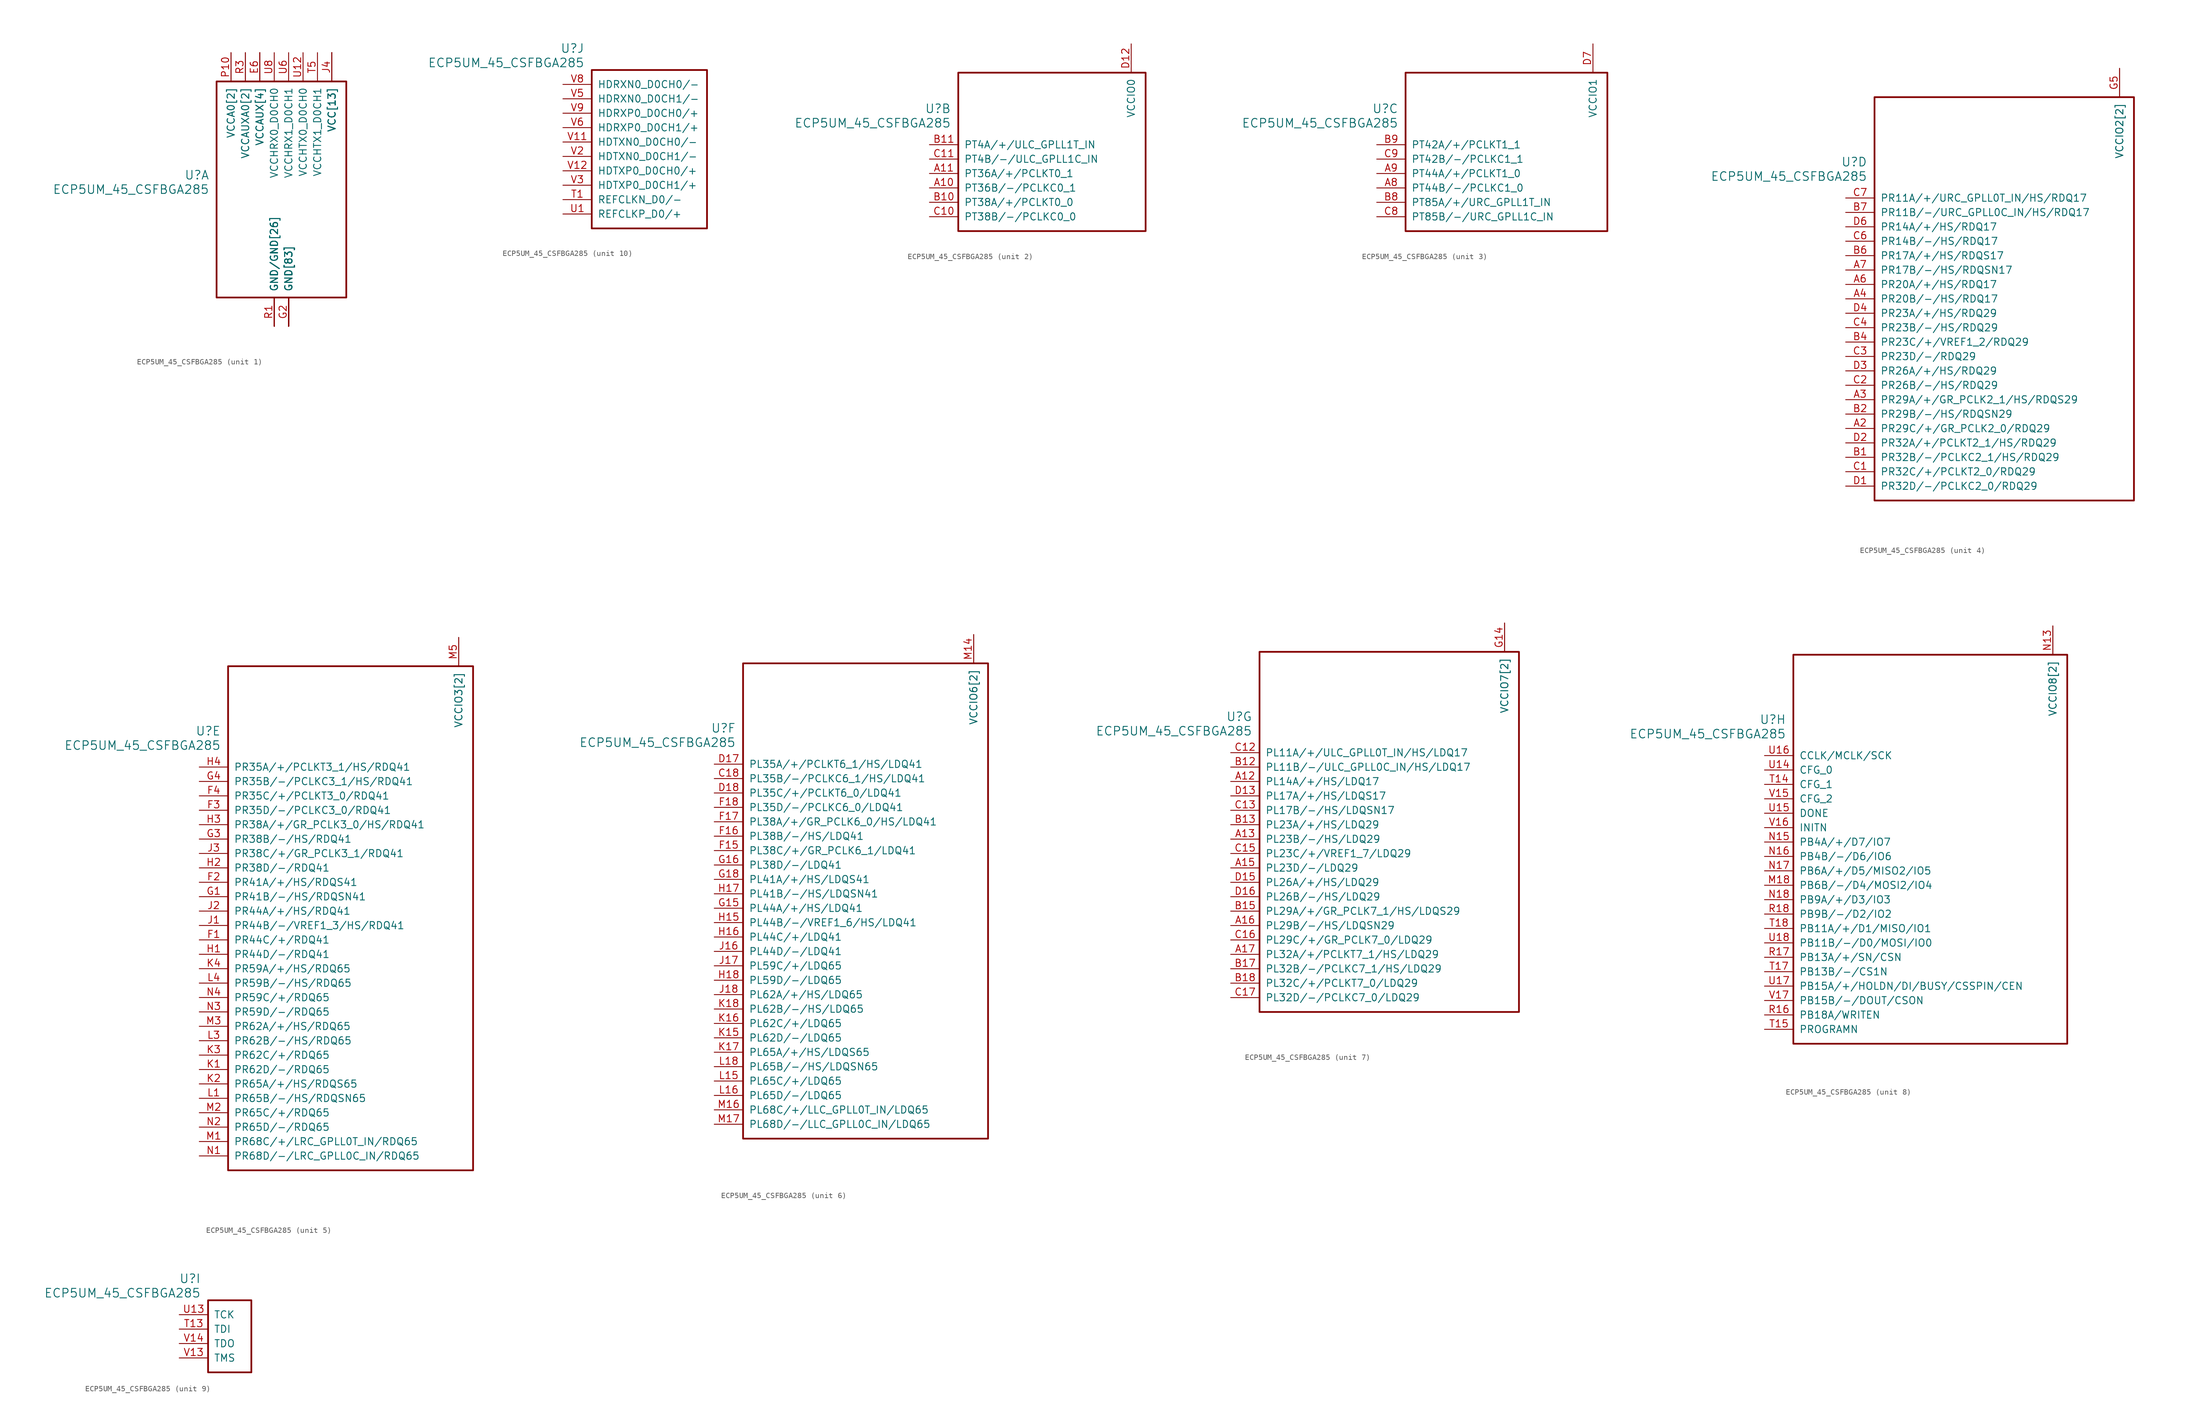
<source format=kicad_sym>
(kicad_symbol_lib
  (version 20231120)
  (generator "kicad_symbol_editor")
  (generator_version "8.0")
  (symbol "ECP5UM_45_CSFBGA285"
    (pin_names
      (offset 1.016))
    (property "Reference" "U"
      (at 3.81 6.35 0)
      (effects (font (size 1.524 1.524)) (justify right)))
    (property "Value" "ECP5UM_45_CSFBGA285"
      (at 3.81 3.81 0)
      (effects (font (size 1.524 1.524)) (justify right)))
    (property "ki_locked" ""
      (at 0 0 0)
      (effects (font (size 1.27 1.27))))
    (symbol "ECP5UM_45_CSFBGA285_1_1"
      (rectangle (start 5.08 22.86) (end 27.94 -15.24) (stroke (width 0.305) (type default)) (fill (type none)))
      (pin power_in line (at 17.78 -20.32 90) (length 5.08) (name "GND[83]" (effects (font (size 1.27 1.27)))) (number "B16" (effects (font (size 0 0)))))
      (pin power_in line (at 17.78 -20.32 90) (length 5.08) (name "GND[83]" (effects (font (size 1.27 1.27)))) (number "B3" (effects (font (size 0 0)))))
      (pin power_in line (at 25.4 27.94 270) (length 5.08) (name "VCC[13]" (effects (font (size 1.27 1.27)))) (number "D10" (effects (font (size 0 0)))))
      (pin power_in line (at 25.4 27.94 270) (length 5.08) (name "VCC[13]" (effects (font (size 1.27 1.27)))) (number "D11" (effects (font (size 0 0)))))
      (pin power_in line (at 25.4 27.94 270) (length 5.08) (name "VCC[13]" (effects (font (size 1.27 1.27)))) (number "D8" (effects (font (size 0 0)))))
      (pin power_in line (at 25.4 27.94 270) (length 5.08) (name "VCC[13]" (effects (font (size 1.27 1.27)))) (number "D9" (effects (font (size 0 0)))))
      (pin power_in line (at 17.78 -20.32 90) (length 5.08) (name "GND[83]" (effects (font (size 1.27 1.27)))) (number "E10" (effects (font (size 0 0)))))
      (pin power_in line (at 17.78 -20.32 90) (length 5.08) (name "GND[83]" (effects (font (size 1.27 1.27)))) (number "E11" (effects (font (size 0 0)))))
      (pin power_in line (at 17.78 -20.32 90) (length 5.08) (name "GND[83]" (effects (font (size 1.27 1.27)))) (number "E12" (effects (font (size 0 0)))))
      (pin power_in line (at 12.7 27.94 270) (length 5.08) (name "VCCAUX[4]" (effects (font (size 1.27 1.27)))) (number "E13" (effects (font (size 0 0)))))
      (pin power_in line (at 17.78 -20.32 90) (length 5.08) (name "GND[83]" (effects (font (size 1.27 1.27)))) (number "E14" (effects (font (size 0 0)))))
      (pin power_in line (at 17.78 -20.32 90) (length 5.08) (name "GND[83]" (effects (font (size 1.27 1.27)))) (number "E5" (effects (font (size 0 0)))))
      (pin power_in line (at 12.7 27.94 270) (length 5.08) (name "VCCAUX[4]" (effects (font (size 1.27 1.27)))) (number "E6" (effects (font (size 1.27 1.27)))))
      (pin power_in line (at 17.78 -20.32 90) (length 5.08) (name "GND[83]" (effects (font (size 1.27 1.27)))) (number "E7" (effects (font (size 0 0)))))
      (pin power_in line (at 17.78 -20.32 90) (length 5.08) (name "GND[83]" (effects (font (size 1.27 1.27)))) (number "E8" (effects (font (size 0 0)))))
      (pin power_in line (at 17.78 -20.32 90) (length 5.08) (name "GND[83]" (effects (font (size 1.27 1.27)))) (number "E9" (effects (font (size 0 0)))))
      (pin power_in line (at 17.78 -20.32 90) (length 5.08) (name "GND[83]" (effects (font (size 1.27 1.27)))) (number "F10" (effects (font (size 0 0)))))
      (pin power_in line (at 17.78 -20.32 90) (length 5.08) (name "GND[83]" (effects (font (size 1.27 1.27)))) (number "F11" (effects (font (size 0 0)))))
      (pin power_in line (at 17.78 -20.32 90) (length 5.08) (name "GND[83]" (effects (font (size 1.27 1.27)))) (number "F12" (effects (font (size 0 0)))))
      (pin power_in line (at 17.78 -20.32 90) (length 5.08) (name "GND[83]" (effects (font (size 1.27 1.27)))) (number "F13" (effects (font (size 0 0)))))
      (pin power_in line (at 17.78 -20.32 90) (length 5.08) (name "GND[83]" (effects (font (size 1.27 1.27)))) (number "F14" (effects (font (size 0 0)))))
      (pin power_in line (at 17.78 -20.32 90) (length 5.08) (name "GND[83]" (effects (font (size 1.27 1.27)))) (number "F5" (effects (font (size 0 0)))))
      (pin power_in line (at 17.78 -20.32 90) (length 5.08) (name "GND[83]" (effects (font (size 1.27 1.27)))) (number "F6" (effects (font (size 0 0)))))
      (pin power_in line (at 17.78 -20.32 90) (length 5.08) (name "GND[83]" (effects (font (size 1.27 1.27)))) (number "F7" (effects (font (size 0 0)))))
      (pin power_in line (at 17.78 -20.32 90) (length 5.08) (name "GND[83]" (effects (font (size 1.27 1.27)))) (number "F8" (effects (font (size 0 0)))))
      (pin power_in line (at 17.78 -20.32 90) (length 5.08) (name "GND[83]" (effects (font (size 1.27 1.27)))) (number "F9" (effects (font (size 0 0)))))
      (pin power_in line (at 17.78 -20.32 90) (length 5.08) (name "GND[83]" (effects (font (size 1.27 1.27)))) (number "G10" (effects (font (size 0 0)))))
      (pin power_in line (at 17.78 -20.32 90) (length 5.08) (name "GND[83]" (effects (font (size 1.27 1.27)))) (number "G11" (effects (font (size 0 0)))))
      (pin power_in line (at 17.78 -20.32 90) (length 5.08) (name "GND[83]" (effects (font (size 1.27 1.27)))) (number "G12" (effects (font (size 0 0)))))
      (pin power_in line (at 17.78 -20.32 90) (length 5.08) (name "GND[83]" (effects (font (size 1.27 1.27)))) (number "G13" (effects (font (size 0 0)))))
      (pin power_in line (at 17.78 -20.32 90) (length 5.08) (name "GND[83]" (effects (font (size 1.27 1.27)))) (number "G17" (effects (font (size 0 0)))))
      (pin power_in line (at 17.78 -20.32 90) (length 5.08) (name "GND[83]" (effects (font (size 1.27 1.27)))) (number "G2" (effects (font (size 1.27 1.27)))))
      (pin power_in line (at 17.78 -20.32 90) (length 5.08) (name "GND[83]" (effects (font (size 1.27 1.27)))) (number "G6" (effects (font (size 0 0)))))
      (pin power_in line (at 17.78 -20.32 90) (length 5.08) (name "GND[83]" (effects (font (size 1.27 1.27)))) (number "G7" (effects (font (size 0 0)))))
      (pin power_in line (at 17.78 -20.32 90) (length 5.08) (name "GND[83]" (effects (font (size 1.27 1.27)))) (number "G8" (effects (font (size 0 0)))))
      (pin power_in line (at 17.78 -20.32 90) (length 5.08) (name "GND[83]" (effects (font (size 1.27 1.27)))) (number "G9" (effects (font (size 0 0)))))
      (pin power_in line (at 17.78 -20.32 90) (length 5.08) (name "GND[83]" (effects (font (size 1.27 1.27)))) (number "H10" (effects (font (size 0 0)))))
      (pin power_in line (at 17.78 -20.32 90) (length 5.08) (name "GND[83]" (effects (font (size 1.27 1.27)))) (number "H11" (effects (font (size 0 0)))))
      (pin power_in line (at 17.78 -20.32 90) (length 5.08) (name "GND[83]" (effects (font (size 1.27 1.27)))) (number "H12" (effects (font (size 0 0)))))
      (pin power_in line (at 17.78 -20.32 90) (length 5.08) (name "GND[83]" (effects (font (size 1.27 1.27)))) (number "H13" (effects (font (size 0 0)))))
      (pin power_in line (at 17.78 -20.32 90) (length 5.08) (name "GND[83]" (effects (font (size 1.27 1.27)))) (number "H6" (effects (font (size 0 0)))))
      (pin power_in line (at 17.78 -20.32 90) (length 5.08) (name "GND[83]" (effects (font (size 1.27 1.27)))) (number "H7" (effects (font (size 0 0)))))
      (pin power_in line (at 17.78 -20.32 90) (length 5.08) (name "GND[83]" (effects (font (size 1.27 1.27)))) (number "H8" (effects (font (size 0 0)))))
      (pin power_in line (at 17.78 -20.32 90) (length 5.08) (name "GND[83]" (effects (font (size 1.27 1.27)))) (number "H9" (effects (font (size 0 0)))))
      (pin power_in line (at 17.78 -20.32 90) (length 5.08) (name "GND[83]" (effects (font (size 1.27 1.27)))) (number "J10" (effects (font (size 0 0)))))
      (pin power_in line (at 17.78 -20.32 90) (length 5.08) (name "GND[83]" (effects (font (size 1.27 1.27)))) (number "J11" (effects (font (size 0 0)))))
      (pin power_in line (at 17.78 -20.32 90) (length 5.08) (name "GND[83]" (effects (font (size 1.27 1.27)))) (number "J12" (effects (font (size 0 0)))))
      (pin power_in line (at 17.78 -20.32 90) (length 5.08) (name "GND[83]" (effects (font (size 1.27 1.27)))) (number "J13" (effects (font (size 0 0)))))
      (pin power_in line (at 25.4 27.94 270) (length 5.08) (name "VCC[13]" (effects (font (size 1.27 1.27)))) (number "J14" (effects (font (size 0 0)))))
      (pin power_in line (at 25.4 27.94 270) (length 5.08) (name "VCC[13]" (effects (font (size 1.27 1.27)))) (number "J15" (effects (font (size 0 0)))))
      (pin power_in line (at 25.4 27.94 270) (length 5.08) (name "VCC[13]" (effects (font (size 1.27 1.27)))) (number "J4" (effects (font (size 1.27 1.27)))))
      (pin power_in line (at 25.4 27.94 270) (length 5.08) (name "VCC[13]" (effects (font (size 1.27 1.27)))) (number "J5" (effects (font (size 0 0)))))
      (pin power_in line (at 17.78 -20.32 90) (length 5.08) (name "GND[83]" (effects (font (size 1.27 1.27)))) (number "J6" (effects (font (size 0 0)))))
      (pin power_in line (at 17.78 -20.32 90) (length 5.08) (name "GND[83]" (effects (font (size 1.27 1.27)))) (number "J7" (effects (font (size 0 0)))))
      (pin power_in line (at 17.78 -20.32 90) (length 5.08) (name "GND[83]" (effects (font (size 1.27 1.27)))) (number "J8" (effects (font (size 0 0)))))
      (pin power_in line (at 17.78 -20.32 90) (length 5.08) (name "GND[83]" (effects (font (size 1.27 1.27)))) (number "J9" (effects (font (size 0 0)))))
      (pin power_in line (at 17.78 -20.32 90) (length 5.08) (name "GND[83]" (effects (font (size 1.27 1.27)))) (number "K10" (effects (font (size 0 0)))))
      (pin power_in line (at 17.78 -20.32 90) (length 5.08) (name "GND[83]" (effects (font (size 1.27 1.27)))) (number "K11" (effects (font (size 0 0)))))
      (pin power_in line (at 17.78 -20.32 90) (length 5.08) (name "GND[83]" (effects (font (size 1.27 1.27)))) (number "K12" (effects (font (size 0 0)))))
      (pin power_in line (at 17.78 -20.32 90) (length 5.08) (name "GND[83]" (effects (font (size 1.27 1.27)))) (number "K13" (effects (font (size 0 0)))))
      (pin power_in line (at 17.78 -20.32 90) (length 5.08) (name "GND[83]" (effects (font (size 1.27 1.27)))) (number "K14" (effects (font (size 0 0)))))
      (pin power_in line (at 17.78 -20.32 90) (length 5.08) (name "GND[83]" (effects (font (size 1.27 1.27)))) (number "K5" (effects (font (size 0 0)))))
      (pin power_in line (at 17.78 -20.32 90) (length 5.08) (name "GND[83]" (effects (font (size 1.27 1.27)))) (number "K6" (effects (font (size 0 0)))))
      (pin power_in line (at 17.78 -20.32 90) (length 5.08) (name "GND[83]" (effects (font (size 1.27 1.27)))) (number "K7" (effects (font (size 0 0)))))
      (pin power_in line (at 17.78 -20.32 90) (length 5.08) (name "GND[83]" (effects (font (size 1.27 1.27)))) (number "K8" (effects (font (size 0 0)))))
      (pin power_in line (at 17.78 -20.32 90) (length 5.08) (name "GND[83]" (effects (font (size 1.27 1.27)))) (number "K9" (effects (font (size 0 0)))))
      (pin power_in line (at 17.78 -20.32 90) (length 5.08) (name "GND[83]" (effects (font (size 1.27 1.27)))) (number "L10" (effects (font (size 0 0)))))
      (pin power_in line (at 17.78 -20.32 90) (length 5.08) (name "GND[83]" (effects (font (size 1.27 1.27)))) (number "L11" (effects (font (size 0 0)))))
      (pin power_in line (at 17.78 -20.32 90) (length 5.08) (name "GND[83]" (effects (font (size 1.27 1.27)))) (number "L12" (effects (font (size 0 0)))))
      (pin power_in line (at 17.78 -20.32 90) (length 5.08) (name "GND[83]" (effects (font (size 1.27 1.27)))) (number "L13" (effects (font (size 0 0)))))
      (pin power_in line (at 17.78 -20.32 90) (length 5.08) (name "GND[83]" (effects (font (size 1.27 1.27)))) (number "L14" (effects (font (size 0 0)))))
      (pin power_in line (at 17.78 -20.32 90) (length 5.08) (name "GND[83]" (effects (font (size 1.27 1.27)))) (number "L17" (effects (font (size 0 0)))))
      (pin power_in line (at 17.78 -20.32 90) (length 5.08) (name "GND[83]" (effects (font (size 1.27 1.27)))) (number "L2" (effects (font (size 0 0)))))
      (pin power_in line (at 17.78 -20.32 90) (length 5.08) (name "GND[83]" (effects (font (size 1.27 1.27)))) (number "L5" (effects (font (size 0 0)))))
      (pin power_in line (at 17.78 -20.32 90) (length 5.08) (name "GND[83]" (effects (font (size 1.27 1.27)))) (number "L6" (effects (font (size 0 0)))))
      (pin power_in line (at 17.78 -20.32 90) (length 5.08) (name "GND[83]" (effects (font (size 1.27 1.27)))) (number "L7" (effects (font (size 0 0)))))
      (pin power_in line (at 17.78 -20.32 90) (length 5.08) (name "GND[83]" (effects (font (size 1.27 1.27)))) (number "L8" (effects (font (size 0 0)))))
      (pin power_in line (at 17.78 -20.32 90) (length 5.08) (name "GND[83]" (effects (font (size 1.27 1.27)))) (number "L9" (effects (font (size 0 0)))))
      (pin power_in line (at 17.78 -20.32 90) (length 5.08) (name "GND[83]" (effects (font (size 1.27 1.27)))) (number "M10" (effects (font (size 0 0)))))
      (pin power_in line (at 17.78 -20.32 90) (length 5.08) (name "GND[83]" (effects (font (size 1.27 1.27)))) (number "M11" (effects (font (size 0 0)))))
      (pin power_in line (at 17.78 -20.32 90) (length 5.08) (name "GND[83]" (effects (font (size 1.27 1.27)))) (number "M12" (effects (font (size 0 0)))))
      (pin power_in line (at 17.78 -20.32 90) (length 5.08) (name "GND[83]" (effects (font (size 1.27 1.27)))) (number "M13" (effects (font (size 0 0)))))
      (pin power_in line (at 25.4 27.94 270) (length 5.08) (name "VCC[13]" (effects (font (size 1.27 1.27)))) (number "M15" (effects (font (size 0 0)))))
      (pin power_in line (at 25.4 27.94 270) (length 5.08) (name "VCC[13]" (effects (font (size 1.27 1.27)))) (number "M4" (effects (font (size 0 0)))))
      (pin power_in line (at 17.78 -20.32 90) (length 5.08) (name "GND[83]" (effects (font (size 1.27 1.27)))) (number "M6" (effects (font (size 0 0)))))
      (pin power_in line (at 17.78 -20.32 90) (length 5.08) (name "GND[83]" (effects (font (size 1.27 1.27)))) (number "M7" (effects (font (size 0 0)))))
      (pin power_in line (at 17.78 -20.32 90) (length 5.08) (name "GND[83]" (effects (font (size 1.27 1.27)))) (number "M8" (effects (font (size 0 0)))))
      (pin power_in line (at 17.78 -20.32 90) (length 5.08) (name "GND[83]" (effects (font (size 1.27 1.27)))) (number "M9" (effects (font (size 0 0)))))
      (pin power_in line (at 17.78 -20.32 90) (length 5.08) (name "GND[83]" (effects (font (size 1.27 1.27)))) (number "N10" (effects (font (size 0 0)))))
      (pin power_in line (at 17.78 -20.32 90) (length 5.08) (name "GND[83]" (effects (font (size 1.27 1.27)))) (number "N11" (effects (font (size 0 0)))))
      (pin power_in line (at 17.78 -20.32 90) (length 5.08) (name "GND[83]" (effects (font (size 1.27 1.27)))) (number "N12" (effects (font (size 0 0)))))
      (pin power_in line (at 12.7 27.94 270) (length 5.08) (name "VCCAUX[4]" (effects (font (size 1.27 1.27)))) (number "N6" (effects (font (size 0 0)))))
      (pin power_in line (at 17.78 -20.32 90) (length 5.08) (name "GND[83]" (effects (font (size 1.27 1.27)))) (number "N7" (effects (font (size 0 0)))))
      (pin power_in line (at 17.78 -20.32 90) (length 5.08) (name "GND[83]" (effects (font (size 1.27 1.27)))) (number "N8" (effects (font (size 0 0)))))
      (pin power_in line (at 17.78 -20.32 90) (length 5.08) (name "GND[83]" (effects (font (size 1.27 1.27)))) (number "N9" (effects (font (size 0 0)))))
      (pin power_in line (at 7.62 27.94 270) (length 5.08) (name "VCCA0[2]" (effects (font (size 1.27 1.27)))) (number "P10" (effects (font (size 1.27 1.27)))))
      (pin power_in line (at 25.4 27.94 270) (length 5.08) (name "VCC[13]" (effects (font (size 1.27 1.27)))) (number "P11" (effects (font (size 0 0)))))
      (pin power_in line (at 15.24 -20.32 90) (length 5.08) (name "GND/GND[26]" (effects (font (size 1.27 1.27)))) (number "P12" (effects (font (size 0 0)))))
      (pin power_in line (at 12.7 27.94 270) (length 5.08) (name "VCCAUX[4]" (effects (font (size 1.27 1.27)))) (number "P13" (effects (font (size 0 0)))))
      (pin power_in line (at 10.16 27.94 270) (length 5.08) (name "VCCAUXA0[2]" (effects (font (size 1.27 1.27)))) (number "P5" (effects (font (size 0 0)))))
      (pin power_in line (at 15.24 -20.32 90) (length 5.08) (name "GND/GND[26]" (effects (font (size 1.27 1.27)))) (number "P6" (effects (font (size 0 0)))))
      (pin power_in line (at 25.4 27.94 270) (length 5.08) (name "VCC[13]" (effects (font (size 1.27 1.27)))) (number "P7" (effects (font (size 0 0)))))
      (pin power_in line (at 15.24 -20.32 90) (length 5.08) (name "GND/GND[26]" (effects (font (size 1.27 1.27)))) (number "P8" (effects (font (size 0 0)))))
      (pin power_in line (at 25.4 27.94 270) (length 5.08) (name "VCC[13]" (effects (font (size 1.27 1.27)))) (number "P9" (effects (font (size 0 0)))))
      (pin power_in line (at 15.24 -20.32 90) (length 5.08) (name "GND/GND[26]" (effects (font (size 1.27 1.27)))) (number "R1" (effects (font (size 1.27 1.27)))))
      (pin power_in line (at 7.62 27.94 270) (length 5.08) (name "VCCA0[2]" (effects (font (size 1.27 1.27)))) (number "R10" (effects (font (size 0 0)))))
      (pin power_in line (at 15.24 -20.32 90) (length 5.08) (name "GND/GND[26]" (effects (font (size 1.27 1.27)))) (number "R2" (effects (font (size 0 0)))))
      (pin power_in line (at 10.16 27.94 270) (length 5.08) (name "VCCAUXA0[2]" (effects (font (size 1.27 1.27)))) (number "R3" (effects (font (size 1.27 1.27)))))
      (pin power_in line (at 15.24 -20.32 90) (length 5.08) (name "GND/GND[26]" (effects (font (size 1.27 1.27)))) (number "T10" (effects (font (size 0 0)))))
      (pin power_in line (at 15.24 -20.32 90) (length 5.08) (name "GND/GND[26]" (effects (font (size 1.27 1.27)))) (number "T11" (effects (font (size 0 0)))))
      (pin power_in line (at 15.24 -20.32 90) (length 5.08) (name "GND/GND[26]" (effects (font (size 1.27 1.27)))) (number "T12" (effects (font (size 0 0)))))
      (pin power_in line (at 17.78 -20.32 90) (length 5.08) (name "GND[83]" (effects (font (size 1.27 1.27)))) (number "T16" (effects (font (size 0 0)))))
      (pin power_in line (at 15.24 -20.32 90) (length 5.08) (name "GND/GND[26]" (effects (font (size 1.27 1.27)))) (number "T2" (effects (font (size 0 0)))))
      (pin power_in line (at 15.24 -20.32 90) (length 5.08) (name "GND/GND[26]" (effects (font (size 1.27 1.27)))) (number "T3" (effects (font (size 0 0)))))
      (pin power_in line (at 15.24 -20.32 90) (length 5.08) (name "GND/GND[26]" (effects (font (size 1.27 1.27)))) (number "T4" (effects (font (size 0 0)))))
      (pin power_in line (at 22.86 27.94 270) (length 5.08) (name "VCCHTX1_D0CH1" (effects (font (size 1.27 1.27)))) (number "T5" (effects (font (size 1.27 1.27)))))
      (pin power_in line (at 15.24 -20.32 90) (length 5.08) (name "GND/GND[26]" (effects (font (size 1.27 1.27)))) (number "T6" (effects (font (size 0 0)))))
      (pin power_in line (at 15.24 -20.32 90) (length 5.08) (name "GND/GND[26]" (effects (font (size 1.27 1.27)))) (number "T7" (effects (font (size 0 0)))))
      (pin power_in line (at 15.24 -20.32 90) (length 5.08) (name "GND/GND[26]" (effects (font (size 1.27 1.27)))) (number "T8" (effects (font (size 0 0)))))
      (pin power_in line (at 15.24 -20.32 90) (length 5.08) (name "GND/GND[26]" (effects (font (size 1.27 1.27)))) (number "T9" (effects (font (size 0 0)))))
      (pin power_in line (at 15.24 -20.32 90) (length 5.08) (name "GND/GND[26]" (effects (font (size 1.27 1.27)))) (number "U10" (effects (font (size 0 0)))))
      (pin power_in line (at 15.24 -20.32 90) (length 5.08) (name "GND/GND[26]" (effects (font (size 1.27 1.27)))) (number "U11" (effects (font (size 0 0)))))
      (pin power_in line (at 20.32 27.94 270) (length 5.08) (name "VCCHTX0_D0CH0" (effects (font (size 1.27 1.27)))) (number "U12" (effects (font (size 1.27 1.27)))))
      (pin power_in line (at 15.24 -20.32 90) (length 5.08) (name "GND/GND[26]" (effects (font (size 1.27 1.27)))) (number "U2" (effects (font (size 0 0)))))
      (pin power_in line (at 15.24 -20.32 90) (length 5.08) (name "GND/GND[26]" (effects (font (size 1.27 1.27)))) (number "U3" (effects (font (size 0 0)))))
      (pin power_in line (at 15.24 -20.32 90) (length 5.08) (name "GND/GND[26]" (effects (font (size 1.27 1.27)))) (number "U4" (effects (font (size 0 0)))))
      (pin power_in line (at 15.24 -20.32 90) (length 5.08) (name "GND/GND[26]" (effects (font (size 1.27 1.27)))) (number "U5" (effects (font (size 0 0)))))
      (pin power_in line (at 17.78 27.94 270) (length 5.08) (name "VCCHRX1_D0CH1" (effects (font (size 1.27 1.27)))) (number "U6" (effects (font (size 1.27 1.27)))))
      (pin power_in line (at 15.24 -20.32 90) (length 5.08) (name "GND/GND[26]" (effects (font (size 1.27 1.27)))) (number "U7" (effects (font (size 0 0)))))
      (pin power_in line (at 15.24 27.94 270) (length 5.08) (name "VCCHRX0_D0CH0" (effects (font (size 1.27 1.27)))) (number "U8" (effects (font (size 1.27 1.27)))))
      (pin power_in line (at 15.24 -20.32 90) (length 5.08) (name "GND/GND[26]" (effects (font (size 1.27 1.27)))) (number "U9" (effects (font (size 0 0)))))
      (pin power_in line (at 15.24 -20.32 90) (length 5.08) (name "GND/GND[26]" (effects (font (size 1.27 1.27)))) (number "V10" (effects (font (size 0 0)))))
      (pin power_in line (at 15.24 -20.32 90) (length 5.08) (name "GND/GND[26]" (effects (font (size 1.27 1.27)))) (number "V4" (effects (font (size 0 0)))))
      (pin power_in line (at 15.24 -20.32 90) (length 5.08) (name "GND/GND[26]" (effects (font (size 1.27 1.27)))) (number "V7" (effects (font (size 0 0))))))
    (symbol "ECP5UM_45_CSFBGA285_2_1"
      (rectangle (start 5.08 12.7) (end 38.1 -15.24) (stroke (width 0.305) (type default)) (fill (type none)))
      (pin bidirectional line (at 0 -7.62 0) (length 5.08) (name "PT36B/-/PCLKC0_1" (effects (font (size 1.27 1.27)))) (number "A10" (effects (font (size 1.27 1.27)))))
      (pin bidirectional line (at 0 -5.08 0) (length 5.08) (name "PT36A/+/PCLKT0_1" (effects (font (size 1.27 1.27)))) (number "A11" (effects (font (size 1.27 1.27)))))
      (pin bidirectional line (at 0 -10.16 0) (length 5.08) (name "PT38A/+/PCLKT0_0" (effects (font (size 1.27 1.27)))) (number "B10" (effects (font (size 1.27 1.27)))))
      (pin bidirectional line (at 0 0 0) (length 5.08) (name "PT4A/+/ULC_GPLL1T_IN" (effects (font (size 1.27 1.27)))) (number "B11" (effects (font (size 1.27 1.27)))))
      (pin bidirectional line (at 0 -12.7 0) (length 5.08) (name "PT38B/-/PCLKC0_0" (effects (font (size 1.27 1.27)))) (number "C10" (effects (font (size 1.27 1.27)))))
      (pin bidirectional line (at 0 -2.54 0) (length 5.08) (name "PT4B/-/ULC_GPLL1C_IN" (effects (font (size 1.27 1.27)))) (number "C11" (effects (font (size 1.27 1.27)))))
      (pin power_in line (at 35.56 17.78 270) (length 5.08) (name "VCCIO0" (effects (font (size 1.27 1.27)))) (number "D12" (effects (font (size 1.27 1.27))))))
    (symbol "ECP5UM_45_CSFBGA285_3_1"
      (rectangle (start 5.08 12.7) (end 40.64 -15.24) (stroke (width 0.305) (type default)) (fill (type none)))
      (pin bidirectional line (at 0 -7.62 0) (length 5.08) (name "PT44B/-/PCLKC1_0" (effects (font (size 1.27 1.27)))) (number "A8" (effects (font (size 1.27 1.27)))))
      (pin bidirectional line (at 0 -5.08 0) (length 5.08) (name "PT44A/+/PCLKT1_0" (effects (font (size 1.27 1.27)))) (number "A9" (effects (font (size 1.27 1.27)))))
      (pin bidirectional line (at 0 -10.16 0) (length 5.08) (name "PT85A/+/URC_GPLL1T_IN" (effects (font (size 1.27 1.27)))) (number "B8" (effects (font (size 1.27 1.27)))))
      (pin bidirectional line (at 0 0 0) (length 5.08) (name "PT42A/+/PCLKT1_1" (effects (font (size 1.27 1.27)))) (number "B9" (effects (font (size 1.27 1.27)))))
      (pin bidirectional line (at 0 -12.7 0) (length 5.08) (name "PT85B/-/URC_GPLL1C_IN" (effects (font (size 1.27 1.27)))) (number "C8" (effects (font (size 1.27 1.27)))))
      (pin bidirectional line (at 0 -2.54 0) (length 5.08) (name "PT42B/-/PCLKC1_1" (effects (font (size 1.27 1.27)))) (number "C9" (effects (font (size 1.27 1.27)))))
      (pin power_in line (at 38.1 17.78 270) (length 5.08) (name "VCCIO1" (effects (font (size 1.27 1.27)))) (number "D7" (effects (font (size 1.27 1.27))))))
    (symbol "ECP5UM_45_CSFBGA285_4_1"
      (rectangle (start 5.08 17.78) (end 50.8 -53.34) (stroke (width 0.305) (type default)) (fill (type none)))
      (pin bidirectional line (at 0 -40.64 0) (length 5.08) (name "PR29C/+/GR_PCLK2_0/RDQ29" (effects (font (size 1.27 1.27)))) (number "A2" (effects (font (size 1.27 1.27)))))
      (pin bidirectional line (at 0 -35.56 0) (length 5.08) (name "PR29A/+/GR_PCLK2_1/HS/RDQS29" (effects (font (size 1.27 1.27)))) (number "A3" (effects (font (size 1.27 1.27)))))
      (pin bidirectional line (at 0 -17.78 0) (length 5.08) (name "PR20B/-/HS/RDQ17" (effects (font (size 1.27 1.27)))) (number "A4" (effects (font (size 1.27 1.27)))))
      (pin bidirectional line (at 0 -15.24 0) (length 5.08) (name "PR20A/+/HS/RDQ17" (effects (font (size 1.27 1.27)))) (number "A6" (effects (font (size 1.27 1.27)))))
      (pin bidirectional line (at 0 -12.7 0) (length 5.08) (name "PR17B/-/HS/RDQSN17" (effects (font (size 1.27 1.27)))) (number "A7" (effects (font (size 1.27 1.27)))))
      (pin bidirectional line (at 0 -45.72 0) (length 5.08) (name "PR32B/-/PCLKC2_1/HS/RDQ29" (effects (font (size 1.27 1.27)))) (number "B1" (effects (font (size 1.27 1.27)))))
      (pin bidirectional line (at 0 -38.1 0) (length 5.08) (name "PR29B/-/HS/RDQSN29" (effects (font (size 1.27 1.27)))) (number "B2" (effects (font (size 1.27 1.27)))))
      (pin bidirectional line (at 0 -25.4 0) (length 5.08) (name "PR23C/+/VREF1_2/RDQ29" (effects (font (size 1.27 1.27)))) (number "B4" (effects (font (size 1.27 1.27)))))
      (pin bidirectional line (at 0 -10.16 0) (length 5.08) (name "PR17A/+/HS/RDQS17" (effects (font (size 1.27 1.27)))) (number "B6" (effects (font (size 1.27 1.27)))))
      (pin bidirectional line (at 0 -2.54 0) (length 5.08) (name "PR11B/-/URC_GPLL0C_IN/HS/RDQ17" (effects (font (size 1.27 1.27)))) (number "B7" (effects (font (size 1.27 1.27)))))
      (pin bidirectional line (at 0 -48.26 0) (length 5.08) (name "PR32C/+/PCLKT2_0/RDQ29" (effects (font (size 1.27 1.27)))) (number "C1" (effects (font (size 1.27 1.27)))))
      (pin bidirectional line (at 0 -33.02 0) (length 5.08) (name "PR26B/-/HS/RDQ29" (effects (font (size 1.27 1.27)))) (number "C2" (effects (font (size 1.27 1.27)))))
      (pin bidirectional line (at 0 -27.94 0) (length 5.08) (name "PR23D/-/RDQ29" (effects (font (size 1.27 1.27)))) (number "C3" (effects (font (size 1.27 1.27)))))
      (pin bidirectional line (at 0 -22.86 0) (length 5.08) (name "PR23B/-/HS/RDQ29" (effects (font (size 1.27 1.27)))) (number "C4" (effects (font (size 1.27 1.27)))))
      (pin bidirectional line (at 0 -7.62 0) (length 5.08) (name "PR14B/-/HS/RDQ17" (effects (font (size 1.27 1.27)))) (number "C6" (effects (font (size 1.27 1.27)))))
      (pin bidirectional line (at 0 0 0) (length 5.08) (name "PR11A/+/URC_GPLL0T_IN/HS/RDQ17" (effects (font (size 1.27 1.27)))) (number "C7" (effects (font (size 1.27 1.27)))))
      (pin bidirectional line (at 0 -50.8 0) (length 5.08) (name "PR32D/-/PCLKC2_0/RDQ29" (effects (font (size 1.27 1.27)))) (number "D1" (effects (font (size 1.27 1.27)))))
      (pin bidirectional line (at 0 -43.18 0) (length 5.08) (name "PR32A/+/PCLKT2_1/HS/RDQ29" (effects (font (size 1.27 1.27)))) (number "D2" (effects (font (size 1.27 1.27)))))
      (pin bidirectional line (at 0 -30.48 0) (length 5.08) (name "PR26A/+/HS/RDQ29" (effects (font (size 1.27 1.27)))) (number "D3" (effects (font (size 1.27 1.27)))))
      (pin bidirectional line (at 0 -20.32 0) (length 5.08) (name "PR23A/+/HS/RDQ29" (effects (font (size 1.27 1.27)))) (number "D4" (effects (font (size 1.27 1.27)))))
      (pin bidirectional line (at 0 -5.08 0) (length 5.08) (name "PR14A/+/HS/RDQ17" (effects (font (size 1.27 1.27)))) (number "D6" (effects (font (size 1.27 1.27)))))
      (pin power_in line (at 48.26 22.86 270) (length 5.08) (name "VCCIO2[2]" (effects (font (size 1.27 1.27)))) (number "G5" (effects (font (size 1.27 1.27)))))
      (pin power_in line (at 48.26 22.86 270) (length 5.08) (name "VCCIO2[2]" (effects (font (size 1.27 1.27)))) (number "H5" (effects (font (size 0 0))))))
    (symbol "ECP5UM_45_CSFBGA285_5_1"
      (rectangle (start 5.08 17.78) (end 48.26 -71.12) (stroke (width 0.305) (type default)) (fill (type none)))
      (pin bidirectional line (at 0 -30.48 0) (length 5.08) (name "PR44C/+/RDQ41" (effects (font (size 1.27 1.27)))) (number "F1" (effects (font (size 1.27 1.27)))))
      (pin bidirectional line (at 0 -20.32 0) (length 5.08) (name "PR41A/+/HS/RDQS41" (effects (font (size 1.27 1.27)))) (number "F2" (effects (font (size 1.27 1.27)))))
      (pin bidirectional line (at 0 -7.62 0) (length 5.08) (name "PR35D/-/PCLKC3_0/RDQ41" (effects (font (size 1.27 1.27)))) (number "F3" (effects (font (size 1.27 1.27)))))
      (pin bidirectional line (at 0 -5.08 0) (length 5.08) (name "PR35C/+/PCLKT3_0/RDQ41" (effects (font (size 1.27 1.27)))) (number "F4" (effects (font (size 1.27 1.27)))))
      (pin bidirectional line (at 0 -22.86 0) (length 5.08) (name "PR41B/-/HS/RDQSN41" (effects (font (size 1.27 1.27)))) (number "G1" (effects (font (size 1.27 1.27)))))
      (pin bidirectional line (at 0 -12.7 0) (length 5.08) (name "PR38B/-/HS/RDQ41" (effects (font (size 1.27 1.27)))) (number "G3" (effects (font (size 1.27 1.27)))))
      (pin bidirectional line (at 0 -2.54 0) (length 5.08) (name "PR35B/-/PCLKC3_1/HS/RDQ41" (effects (font (size 1.27 1.27)))) (number "G4" (effects (font (size 1.27 1.27)))))
      (pin bidirectional line (at 0 -33.02 0) (length 5.08) (name "PR44D/-/RDQ41" (effects (font (size 1.27 1.27)))) (number "H1" (effects (font (size 1.27 1.27)))))
      (pin bidirectional line (at 0 -17.78 0) (length 5.08) (name "PR38D/-/RDQ41" (effects (font (size 1.27 1.27)))) (number "H2" (effects (font (size 1.27 1.27)))))
      (pin bidirectional line (at 0 -10.16 0) (length 5.08) (name "PR38A/+/GR_PCLK3_0/HS/RDQ41" (effects (font (size 1.27 1.27)))) (number "H3" (effects (font (size 1.27 1.27)))))
      (pin bidirectional line (at 0 0 0) (length 5.08) (name "PR35A/+/PCLKT3_1/HS/RDQ41" (effects (font (size 1.27 1.27)))) (number "H4" (effects (font (size 1.27 1.27)))))
      (pin bidirectional line (at 0 -27.94 0) (length 5.08) (name "PR44B/-/VREF1_3/HS/RDQ41" (effects (font (size 1.27 1.27)))) (number "J1" (effects (font (size 1.27 1.27)))))
      (pin bidirectional line (at 0 -25.4 0) (length 5.08) (name "PR44A/+/HS/RDQ41" (effects (font (size 1.27 1.27)))) (number "J2" (effects (font (size 1.27 1.27)))))
      (pin bidirectional line (at 0 -15.24 0) (length 5.08) (name "PR38C/+/GR_PCLK3_1/RDQ41" (effects (font (size 1.27 1.27)))) (number "J3" (effects (font (size 1.27 1.27)))))
      (pin bidirectional line (at 0 -53.34 0) (length 5.08) (name "PR62D/-/RDQ65" (effects (font (size 1.27 1.27)))) (number "K1" (effects (font (size 1.27 1.27)))))
      (pin bidirectional line (at 0 -55.88 0) (length 5.08) (name "PR65A/+/HS/RDQS65" (effects (font (size 1.27 1.27)))) (number "K2" (effects (font (size 1.27 1.27)))))
      (pin bidirectional line (at 0 -50.8 0) (length 5.08) (name "PR62C/+/RDQ65" (effects (font (size 1.27 1.27)))) (number "K3" (effects (font (size 1.27 1.27)))))
      (pin bidirectional line (at 0 -35.56 0) (length 5.08) (name "PR59A/+/HS/RDQ65" (effects (font (size 1.27 1.27)))) (number "K4" (effects (font (size 1.27 1.27)))))
      (pin bidirectional line (at 0 -58.42 0) (length 5.08) (name "PR65B/-/HS/RDQSN65" (effects (font (size 1.27 1.27)))) (number "L1" (effects (font (size 1.27 1.27)))))
      (pin bidirectional line (at 0 -48.26 0) (length 5.08) (name "PR62B/-/HS/RDQ65" (effects (font (size 1.27 1.27)))) (number "L3" (effects (font (size 1.27 1.27)))))
      (pin bidirectional line (at 0 -38.1 0) (length 5.08) (name "PR59B/-/HS/RDQ65" (effects (font (size 1.27 1.27)))) (number "L4" (effects (font (size 1.27 1.27)))))
      (pin bidirectional line (at 0 -66.04 0) (length 5.08) (name "PR68C/+/LRC_GPLL0T_IN/RDQ65" (effects (font (size 1.27 1.27)))) (number "M1" (effects (font (size 1.27 1.27)))))
      (pin bidirectional line (at 0 -60.96 0) (length 5.08) (name "PR65C/+/RDQ65" (effects (font (size 1.27 1.27)))) (number "M2" (effects (font (size 1.27 1.27)))))
      (pin bidirectional line (at 0 -45.72 0) (length 5.08) (name "PR62A/+/HS/RDQ65" (effects (font (size 1.27 1.27)))) (number "M3" (effects (font (size 1.27 1.27)))))
      (pin power_in line (at 45.72 22.86 270) (length 5.08) (name "VCCIO3[2]" (effects (font (size 1.27 1.27)))) (number "M5" (effects (font (size 1.27 1.27)))))
      (pin bidirectional line (at 0 -68.58 0) (length 5.08) (name "PR68D/-/LRC_GPLL0C_IN/RDQ65" (effects (font (size 1.27 1.27)))) (number "N1" (effects (font (size 1.27 1.27)))))
      (pin bidirectional line (at 0 -63.5 0) (length 5.08) (name "PR65D/-/RDQ65" (effects (font (size 1.27 1.27)))) (number "N2" (effects (font (size 1.27 1.27)))))
      (pin bidirectional line (at 0 -43.18 0) (length 5.08) (name "PR59D/-/RDQ65" (effects (font (size 1.27 1.27)))) (number "N3" (effects (font (size 1.27 1.27)))))
      (pin bidirectional line (at 0 -40.64 0) (length 5.08) (name "PR59C/+/RDQ65" (effects (font (size 1.27 1.27)))) (number "N4" (effects (font (size 1.27 1.27)))))
      (pin power_in line (at 45.72 22.86 270) (length 5.08) (name "VCCIO3[2]" (effects (font (size 1.27 1.27)))) (number "N5" (effects (font (size 0 0))))))
    (symbol "ECP5UM_45_CSFBGA285_6_1"
      (rectangle (start 5.08 17.78) (end 48.26 -66.04) (stroke (width 0.305) (type default)) (fill (type none)))
      (pin bidirectional line (at 0 -2.54 0) (length 5.08) (name "PL35B/-/PCLKC6_1/HS/LDQ41" (effects (font (size 1.27 1.27)))) (number "C18" (effects (font (size 1.27 1.27)))))
      (pin bidirectional line (at 0 0 0) (length 5.08) (name "PL35A/+/PCLKT6_1/HS/LDQ41" (effects (font (size 1.27 1.27)))) (number "D17" (effects (font (size 1.27 1.27)))))
      (pin bidirectional line (at 0 -5.08 0) (length 5.08) (name "PL35C/+/PCLKT6_0/LDQ41" (effects (font (size 1.27 1.27)))) (number "D18" (effects (font (size 1.27 1.27)))))
      (pin bidirectional line (at 0 -15.24 0) (length 5.08) (name "PL38C/+/GR_PCLK6_1/LDQ41" (effects (font (size 1.27 1.27)))) (number "F15" (effects (font (size 1.27 1.27)))))
      (pin bidirectional line (at 0 -12.7 0) (length 5.08) (name "PL38B/-/HS/LDQ41" (effects (font (size 1.27 1.27)))) (number "F16" (effects (font (size 1.27 1.27)))))
      (pin bidirectional line (at 0 -10.16 0) (length 5.08) (name "PL38A/+/GR_PCLK6_0/HS/LDQ41" (effects (font (size 1.27 1.27)))) (number "F17" (effects (font (size 1.27 1.27)))))
      (pin bidirectional line (at 0 -7.62 0) (length 5.08) (name "PL35D/-/PCLKC6_0/LDQ41" (effects (font (size 1.27 1.27)))) (number "F18" (effects (font (size 1.27 1.27)))))
      (pin bidirectional line (at 0 -25.4 0) (length 5.08) (name "PL44A/+/HS/LDQ41" (effects (font (size 1.27 1.27)))) (number "G15" (effects (font (size 1.27 1.27)))))
      (pin bidirectional line (at 0 -17.78 0) (length 5.08) (name "PL38D/-/LDQ41" (effects (font (size 1.27 1.27)))) (number "G16" (effects (font (size 1.27 1.27)))))
      (pin bidirectional line (at 0 -20.32 0) (length 5.08) (name "PL41A/+/HS/LDQS41" (effects (font (size 1.27 1.27)))) (number "G18" (effects (font (size 1.27 1.27)))))
      (pin bidirectional line (at 0 -27.94 0) (length 5.08) (name "PL44B/-/VREF1_6/HS/LDQ41" (effects (font (size 1.27 1.27)))) (number "H15" (effects (font (size 1.27 1.27)))))
      (pin bidirectional line (at 0 -30.48 0) (length 5.08) (name "PL44C/+/LDQ41" (effects (font (size 1.27 1.27)))) (number "H16" (effects (font (size 1.27 1.27)))))
      (pin bidirectional line (at 0 -22.86 0) (length 5.08) (name "PL41B/-/HS/LDQSN41" (effects (font (size 1.27 1.27)))) (number "H17" (effects (font (size 1.27 1.27)))))
      (pin bidirectional line (at 0 -38.1 0) (length 5.08) (name "PL59D/-/LDQ65" (effects (font (size 1.27 1.27)))) (number "H18" (effects (font (size 1.27 1.27)))))
      (pin bidirectional line (at 0 -33.02 0) (length 5.08) (name "PL44D/-/LDQ41" (effects (font (size 1.27 1.27)))) (number "J16" (effects (font (size 1.27 1.27)))))
      (pin bidirectional line (at 0 -35.56 0) (length 5.08) (name "PL59C/+/LDQ65" (effects (font (size 1.27 1.27)))) (number "J17" (effects (font (size 1.27 1.27)))))
      (pin bidirectional line (at 0 -40.64 0) (length 5.08) (name "PL62A/+/HS/LDQ65" (effects (font (size 1.27 1.27)))) (number "J18" (effects (font (size 1.27 1.27)))))
      (pin bidirectional line (at 0 -48.26 0) (length 5.08) (name "PL62D/-/LDQ65" (effects (font (size 1.27 1.27)))) (number "K15" (effects (font (size 1.27 1.27)))))
      (pin bidirectional line (at 0 -45.72 0) (length 5.08) (name "PL62C/+/LDQ65" (effects (font (size 1.27 1.27)))) (number "K16" (effects (font (size 1.27 1.27)))))
      (pin bidirectional line (at 0 -50.8 0) (length 5.08) (name "PL65A/+/HS/LDQS65" (effects (font (size 1.27 1.27)))) (number "K17" (effects (font (size 1.27 1.27)))))
      (pin bidirectional line (at 0 -43.18 0) (length 5.08) (name "PL62B/-/HS/LDQ65" (effects (font (size 1.27 1.27)))) (number "K18" (effects (font (size 1.27 1.27)))))
      (pin bidirectional line (at 0 -55.88 0) (length 5.08) (name "PL65C/+/LDQ65" (effects (font (size 1.27 1.27)))) (number "L15" (effects (font (size 1.27 1.27)))))
      (pin bidirectional line (at 0 -58.42 0) (length 5.08) (name "PL65D/-/LDQ65" (effects (font (size 1.27 1.27)))) (number "L16" (effects (font (size 1.27 1.27)))))
      (pin bidirectional line (at 0 -53.34 0) (length 5.08) (name "PL65B/-/HS/LDQSN65" (effects (font (size 1.27 1.27)))) (number "L18" (effects (font (size 1.27 1.27)))))
      (pin power_in line (at 45.72 22.86 270) (length 5.08) (name "VCCIO6[2]" (effects (font (size 1.27 1.27)))) (number "M14" (effects (font (size 1.27 1.27)))))
      (pin bidirectional line (at 0 -60.96 0) (length 5.08) (name "PL68C/+/LLC_GPLL0T_IN/LDQ65" (effects (font (size 1.27 1.27)))) (number "M16" (effects (font (size 1.27 1.27)))))
      (pin bidirectional line (at 0 -63.5 0) (length 5.08) (name "PL68D/-/LLC_GPLL0C_IN/LDQ65" (effects (font (size 1.27 1.27)))) (number "M17" (effects (font (size 1.27 1.27)))))
      (pin power_in line (at 45.72 22.86 270) (length 5.08) (name "VCCIO6[2]" (effects (font (size 1.27 1.27)))) (number "N14" (effects (font (size 0 0))))))
    (symbol "ECP5UM_45_CSFBGA285_7_1"
      (rectangle (start 5.08 17.78) (end 50.8 -45.72) (stroke (width 0.305) (type default)) (fill (type none)))
      (pin bidirectional line (at 0 -5.08 0) (length 5.08) (name "PL14A/+/HS/LDQ17" (effects (font (size 1.27 1.27)))) (number "A12" (effects (font (size 1.27 1.27)))))
      (pin bidirectional line (at 0 -15.24 0) (length 5.08) (name "PL23B/-/HS/LDQ29" (effects (font (size 1.27 1.27)))) (number "A13" (effects (font (size 1.27 1.27)))))
      (pin bidirectional line (at 0 -20.32 0) (length 5.08) (name "PL23D/-/LDQ29" (effects (font (size 1.27 1.27)))) (number "A15" (effects (font (size 1.27 1.27)))))
      (pin bidirectional line (at 0 -30.48 0) (length 5.08) (name "PL29B/-/HS/LDQSN29" (effects (font (size 1.27 1.27)))) (number "A16" (effects (font (size 1.27 1.27)))))
      (pin bidirectional line (at 0 -35.56 0) (length 5.08) (name "PL32A/+/PCLKT7_1/HS/LDQ29" (effects (font (size 1.27 1.27)))) (number "A17" (effects (font (size 1.27 1.27)))))
      (pin bidirectional line (at 0 -2.54 0) (length 5.08) (name "PL11B/-/ULC_GPLL0C_IN/HS/LDQ17" (effects (font (size 1.27 1.27)))) (number "B12" (effects (font (size 1.27 1.27)))))
      (pin bidirectional line (at 0 -12.7 0) (length 5.08) (name "PL23A/+/HS/LDQ29" (effects (font (size 1.27 1.27)))) (number "B13" (effects (font (size 1.27 1.27)))))
      (pin bidirectional line (at 0 -27.94 0) (length 5.08) (name "PL29A/+/GR_PCLK7_1/HS/LDQS29" (effects (font (size 1.27 1.27)))) (number "B15" (effects (font (size 1.27 1.27)))))
      (pin bidirectional line (at 0 -38.1 0) (length 5.08) (name "PL32B/-/PCLKC7_1/HS/LDQ29" (effects (font (size 1.27 1.27)))) (number "B17" (effects (font (size 1.27 1.27)))))
      (pin bidirectional line (at 0 -40.64 0) (length 5.08) (name "PL32C/+/PCLKT7_0/LDQ29" (effects (font (size 1.27 1.27)))) (number "B18" (effects (font (size 1.27 1.27)))))
      (pin bidirectional line (at 0 0 0) (length 5.08) (name "PL11A/+/ULC_GPLL0T_IN/HS/LDQ17" (effects (font (size 1.27 1.27)))) (number "C12" (effects (font (size 1.27 1.27)))))
      (pin bidirectional line (at 0 -10.16 0) (length 5.08) (name "PL17B/-/HS/LDQSN17" (effects (font (size 1.27 1.27)))) (number "C13" (effects (font (size 1.27 1.27)))))
      (pin bidirectional line (at 0 -17.78 0) (length 5.08) (name "PL23C/+/VREF1_7/LDQ29" (effects (font (size 1.27 1.27)))) (number "C15" (effects (font (size 1.27 1.27)))))
      (pin bidirectional line (at 0 -33.02 0) (length 5.08) (name "PL29C/+/GR_PCLK7_0/LDQ29" (effects (font (size 1.27 1.27)))) (number "C16" (effects (font (size 1.27 1.27)))))
      (pin bidirectional line (at 0 -43.18 0) (length 5.08) (name "PL32D/-/PCLKC7_0/LDQ29" (effects (font (size 1.27 1.27)))) (number "C17" (effects (font (size 1.27 1.27)))))
      (pin bidirectional line (at 0 -7.62 0) (length 5.08) (name "PL17A/+/HS/LDQS17" (effects (font (size 1.27 1.27)))) (number "D13" (effects (font (size 1.27 1.27)))))
      (pin bidirectional line (at 0 -22.86 0) (length 5.08) (name "PL26A/+/HS/LDQ29" (effects (font (size 1.27 1.27)))) (number "D15" (effects (font (size 1.27 1.27)))))
      (pin bidirectional line (at 0 -25.4 0) (length 5.08) (name "PL26B/-/HS/LDQ29" (effects (font (size 1.27 1.27)))) (number "D16" (effects (font (size 1.27 1.27)))))
      (pin power_in line (at 48.26 22.86 270) (length 5.08) (name "VCCIO7[2]" (effects (font (size 1.27 1.27)))) (number "G14" (effects (font (size 1.27 1.27)))))
      (pin power_in line (at 48.26 22.86 270) (length 5.08) (name "VCCIO7[2]" (effects (font (size 1.27 1.27)))) (number "H14" (effects (font (size 0 0))))))
    (symbol "ECP5UM_45_CSFBGA285_8_1"
      (rectangle (start 5.08 17.78) (end 53.34 -50.8) (stroke (width 0.305) (type default)) (fill (type none)))
      (pin bidirectional line (at 0 -22.86 0) (length 5.08) (name "PB6B/-/D4/MOSI2/IO4" (effects (font (size 1.27 1.27)))) (number "M18" (effects (font (size 1.27 1.27)))))
      (pin power_in line (at 50.8 22.86 270) (length 5.08) (name "VCCIO8[2]" (effects (font (size 1.27 1.27)))) (number "N13" (effects (font (size 1.27 1.27)))))
      (pin bidirectional line (at 0 -15.24 0) (length 5.08) (name "PB4A/+/D7/IO7" (effects (font (size 1.27 1.27)))) (number "N15" (effects (font (size 1.27 1.27)))))
      (pin bidirectional line (at 0 -17.78 0) (length 5.08) (name "PB4B/-/D6/IO6" (effects (font (size 1.27 1.27)))) (number "N16" (effects (font (size 1.27 1.27)))))
      (pin bidirectional line (at 0 -20.32 0) (length 5.08) (name "PB6A/+/D5/MISO2/IO5" (effects (font (size 1.27 1.27)))) (number "N17" (effects (font (size 1.27 1.27)))))
      (pin bidirectional line (at 0 -25.4 0) (length 5.08) (name "PB9A/+/D3/IO3" (effects (font (size 1.27 1.27)))) (number "N18" (effects (font (size 1.27 1.27)))))
      (pin power_in line (at 50.8 22.86 270) (length 5.08) (name "VCCIO8[2]" (effects (font (size 1.27 1.27)))) (number "P14" (effects (font (size 0 0)))))
      (pin bidirectional line (at 0 -45.72 0) (length 5.08) (name "PB18A/WRITEN" (effects (font (size 1.27 1.27)))) (number "R16" (effects (font (size 1.27 1.27)))))
      (pin bidirectional line (at 0 -35.56 0) (length 5.08) (name "PB13A/+/SN/CSN" (effects (font (size 1.27 1.27)))) (number "R17" (effects (font (size 1.27 1.27)))))
      (pin bidirectional line (at 0 -27.94 0) (length 5.08) (name "PB9B/-/D2/IO2" (effects (font (size 1.27 1.27)))) (number "R18" (effects (font (size 1.27 1.27)))))
      (pin bidirectional line (at 0 -5.08 0) (length 5.08) (name "CFG_1" (effects (font (size 1.27 1.27)))) (number "T14" (effects (font (size 1.27 1.27)))))
      (pin bidirectional line (at 0 -48.26 0) (length 5.08) (name "PROGRAMN" (effects (font (size 1.27 1.27)))) (number "T15" (effects (font (size 1.27 1.27)))))
      (pin bidirectional line (at 0 -38.1 0) (length 5.08) (name "PB13B/-/CS1N" (effects (font (size 1.27 1.27)))) (number "T17" (effects (font (size 1.27 1.27)))))
      (pin bidirectional line (at 0 -30.48 0) (length 5.08) (name "PB11A/+/D1/MISO/IO1" (effects (font (size 1.27 1.27)))) (number "T18" (effects (font (size 1.27 1.27)))))
      (pin bidirectional line (at 0 -2.54 0) (length 5.08) (name "CFG_0" (effects (font (size 1.27 1.27)))) (number "U14" (effects (font (size 1.27 1.27)))))
      (pin bidirectional line (at 0 -10.16 0) (length 5.08) (name "DONE" (effects (font (size 1.27 1.27)))) (number "U15" (effects (font (size 1.27 1.27)))))
      (pin bidirectional line (at 0 0 0) (length 5.08) (name "CCLK/MCLK/SCK" (effects (font (size 1.27 1.27)))) (number "U16" (effects (font (size 1.27 1.27)))))
      (pin bidirectional line (at 0 -40.64 0) (length 5.08) (name "PB15A/+/HOLDN/DI/BUSY/CSSPIN/CEN" (effects (font (size 1.27 1.27)))) (number "U17" (effects (font (size 1.27 1.27)))))
      (pin bidirectional line (at 0 -33.02 0) (length 5.08) (name "PB11B/-/D0/MOSI/IO0" (effects (font (size 1.27 1.27)))) (number "U18" (effects (font (size 1.27 1.27)))))
      (pin bidirectional line (at 0 -7.62 0) (length 5.08) (name "CFG_2" (effects (font (size 1.27 1.27)))) (number "V15" (effects (font (size 1.27 1.27)))))
      (pin bidirectional line (at 0 -12.7 0) (length 5.08) (name "INITN" (effects (font (size 1.27 1.27)))) (number "V16" (effects (font (size 1.27 1.27)))))
      (pin bidirectional line (at 0 -43.18 0) (length 5.08) (name "PB15B/-/DOUT/CSON" (effects (font (size 1.27 1.27)))) (number "V17" (effects (font (size 1.27 1.27))))))
    (symbol "ECP5UM_45_CSFBGA285_9_1"
      (rectangle (start 5.08 2.54) (end 12.7 -10.16) (stroke (width 0.305) (type default)) (fill (type none)))
      (pin bidirectional line (at 0 -2.54 0) (length 5.08) (name "TDI" (effects (font (size 1.27 1.27)))) (number "T13" (effects (font (size 1.27 1.27)))))
      (pin bidirectional line (at 0 0 0) (length 5.08) (name "TCK" (effects (font (size 1.27 1.27)))) (number "U13" (effects (font (size 1.27 1.27)))))
      (pin bidirectional line (at 0 -7.62 0) (length 5.08) (name "TMS" (effects (font (size 1.27 1.27)))) (number "V13" (effects (font (size 1.27 1.27)))))
      (pin bidirectional line (at 0 -5.08 0) (length 5.08) (name "TDO" (effects (font (size 1.27 1.27)))) (number "V14" (effects (font (size 1.27 1.27))))))
    (symbol "ECP5UM_45_CSFBGA285_10_1"
      (rectangle (start 5.08 2.54) (end 25.4 -25.4) (stroke (width 0.305) (type default)) (fill (type none)))
      (pin bidirectional line (at 0 -20.32 0) (length 5.08) (name "REFCLKN_D0/-" (effects (font (size 1.27 1.27)))) (number "T1" (effects (font (size 1.27 1.27)))))
      (pin bidirectional line (at 0 -22.86 0) (length 5.08) (name "REFCLKP_D0/+" (effects (font (size 1.27 1.27)))) (number "U1" (effects (font (size 1.27 1.27)))))
      (pin bidirectional line (at 0 -10.16 0) (length 5.08) (name "HDTXN0_D0CH0/-" (effects (font (size 1.27 1.27)))) (number "V11" (effects (font (size 1.27 1.27)))))
      (pin bidirectional line (at 0 -15.24 0) (length 5.08) (name "HDTXP0_D0CH0/+" (effects (font (size 1.27 1.27)))) (number "V12" (effects (font (size 1.27 1.27)))))
      (pin bidirectional line (at 0 -12.7 0) (length 5.08) (name "HDTXN0_D0CH1/-" (effects (font (size 1.27 1.27)))) (number "V2" (effects (font (size 1.27 1.27)))))
      (pin bidirectional line (at 0 -17.78 0) (length 5.08) (name "HDTXP0_D0CH1/+" (effects (font (size 1.27 1.27)))) (number "V3" (effects (font (size 1.27 1.27)))))
      (pin bidirectional line (at 0 -2.54 0) (length 5.08) (name "HDRXN0_D0CH1/-" (effects (font (size 1.27 1.27)))) (number "V5" (effects (font (size 1.27 1.27)))))
      (pin bidirectional line (at 0 -7.62 0) (length 5.08) (name "HDRXP0_D0CH1/+" (effects (font (size 1.27 1.27)))) (number "V6" (effects (font (size 1.27 1.27)))))
      (pin bidirectional line (at 0 0 0) (length 5.08) (name "HDRXN0_D0CH0/-" (effects (font (size 1.27 1.27)))) (number "V8" (effects (font (size 1.27 1.27)))))
      (pin bidirectional line (at 0 -5.08 0) (length 5.08) (name "HDRXP0_D0CH0/+" (effects (font (size 1.27 1.27)))) (number "V9" (effects (font (size 1.27 1.27))))))))
</source>
